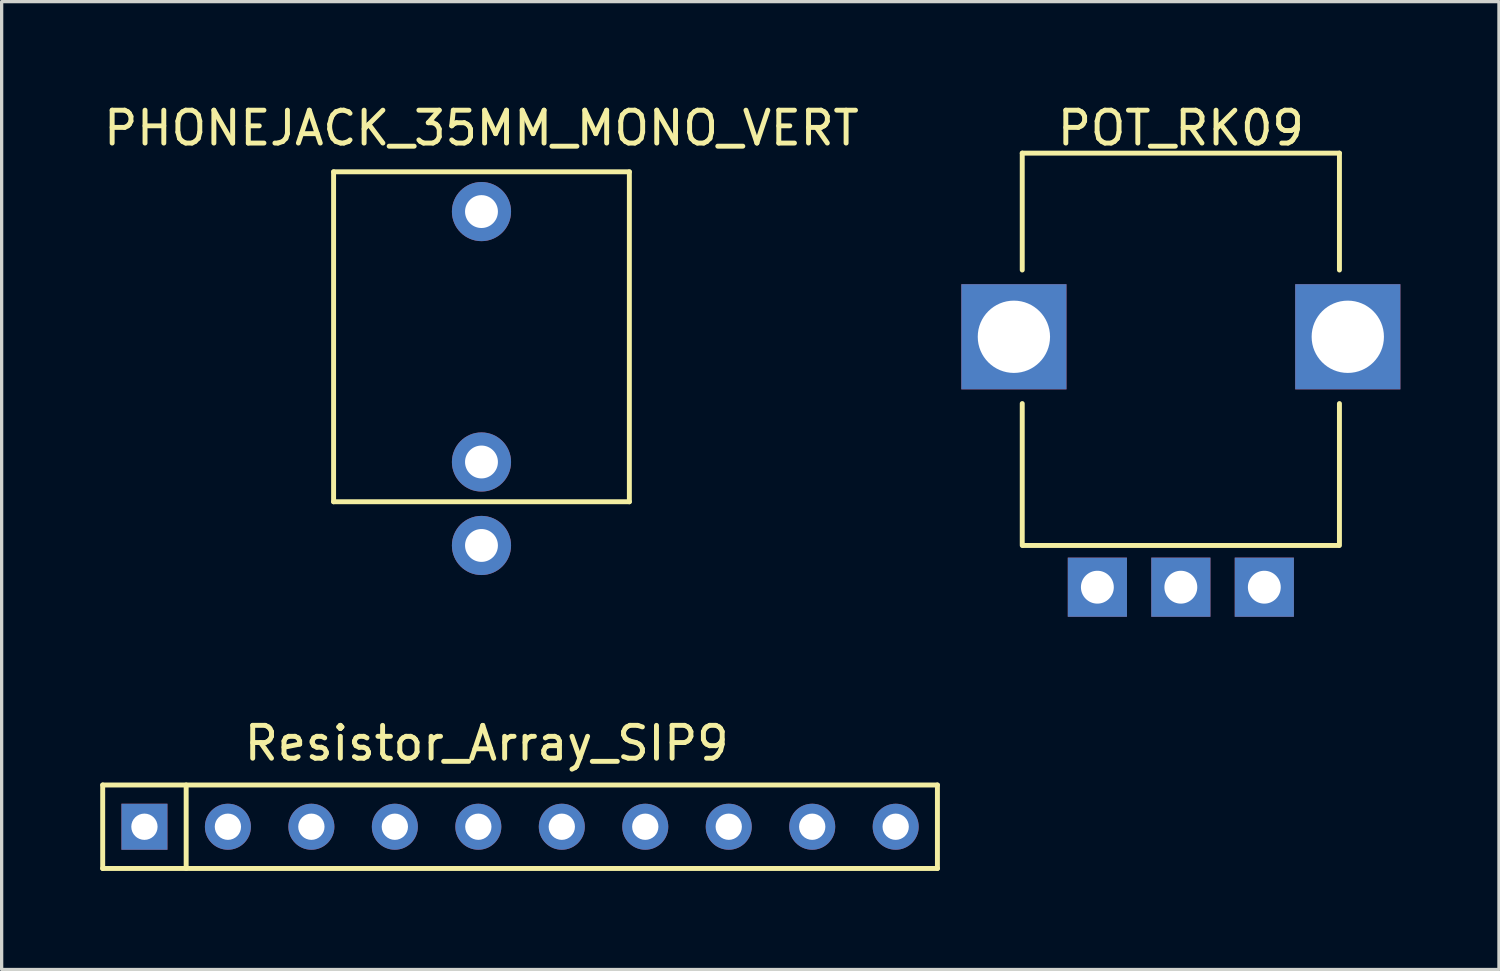
<source format=kicad_pcb>
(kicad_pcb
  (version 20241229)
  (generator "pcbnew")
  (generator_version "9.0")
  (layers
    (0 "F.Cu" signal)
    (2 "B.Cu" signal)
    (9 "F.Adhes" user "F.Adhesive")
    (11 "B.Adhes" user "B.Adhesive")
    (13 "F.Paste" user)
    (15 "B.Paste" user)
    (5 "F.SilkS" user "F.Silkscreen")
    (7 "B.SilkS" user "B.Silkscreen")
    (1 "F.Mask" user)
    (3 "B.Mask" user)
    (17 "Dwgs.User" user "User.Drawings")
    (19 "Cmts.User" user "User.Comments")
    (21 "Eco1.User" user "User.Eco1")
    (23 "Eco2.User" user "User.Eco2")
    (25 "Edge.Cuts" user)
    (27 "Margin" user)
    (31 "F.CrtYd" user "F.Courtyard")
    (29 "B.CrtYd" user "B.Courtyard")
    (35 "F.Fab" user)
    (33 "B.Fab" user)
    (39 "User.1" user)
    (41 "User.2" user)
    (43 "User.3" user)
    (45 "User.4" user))
  (footprint "PHONEJACK_35MM_MONO_VERT"
    (layer "F.Cu")
    (at 11.601 8.468)
    (property "Reference" "PHONEJACK_35MM_MONO_VERT" (at 0 -7.62 0) (layer "F.SilkS") (effects (font (size 1 1) (thickness 0.15))))
    (attr through_hole)
    (fp_line (start -4.5 -6.29) (end -4.5 3.75) (stroke (width 0.15) (type solid)) (layer "F.SilkS"))
    (fp_line (start -4.5 -6.29) (end 4.5 -6.29) (stroke (width 0.15) (type solid)) (layer "F.SilkS"))
    (fp_line (start -4.5 3.75) (end 4.5 3.75) (stroke (width 0.15) (type solid)) (layer "F.SilkS"))
    (fp_line (start 4.5 -6.29) (end 4.5 3.75) (stroke (width 0.15) (type solid)) (layer "F.SilkS"))
    (pad "1" thru_hole circle (at 0 -5.08 270) (size 1.8 1.8) (drill 1) (layers "*.Cu" "*.Mask"))
    (pad "2" thru_hole circle (at 0 2.54 270) (size 1.8 1.8) (drill 1) (layers "*.Cu" "*.Mask"))
    (pad "3" thru_hole circle (at 0 5.08 270) (size 1.8 1.8) (drill 1) (layers "*.Cu" "*.Mask")))
  (footprint "POT_RK09"
    (layer "F.Cu")
    (at 32.882 7.198)
    (property "Reference" "POT_RK09" (at 0 -6.35 0) (layer "F.SilkS") (effects (font (size 1 1) (thickness 0.15))))
    (attr through_hole)
    (fp_line (start -4.826 -5.588) (end -4.826 -2.032) (stroke (width 0.15) (type solid)) (layer "F.SilkS"))
    (fp_line (start -4.826 -5.588) (end 4.826 -5.588) (stroke (width 0.15) (type solid)) (layer "F.SilkS"))
    (fp_line (start -4.826 6.35) (end -4.826 2.032) (stroke (width 0.15) (type solid)) (layer "F.SilkS"))
    (fp_line (start -4.8 6.35) (end 4.8 6.35) (stroke (width 0.15) (type solid)) (layer "F.SilkS"))
    (fp_line (start 4.826 -5.588) (end 4.826 -2.032) (stroke (width 0.15) (type solid)) (layer "F.SilkS"))
    (fp_line (start 4.826 6.35) (end 4.826 2.032) (stroke (width 0.15) (type solid)) (layer "F.SilkS"))
    (pad "1" thru_hole rect (at -2.54 7.62 270) (size 1.8 1.8) (drill 1) (layers "*.Cu" "*.Mask"))
    (pad "2" thru_hole rect (at 0 7.62 270) (size 1.8 1.8) (drill 1) (layers "*.Cu" "*.Mask"))
    (pad "3" thru_hole rect (at 2.54 7.62 270) (size 1.8 1.8) (drill 1) (layers "*.Cu" "*.Mask"))
    (pad "4" thru_hole rect (at -5.08 0 270) (size 3.2 3.2) (drill 2.2) (layers "*.Cu" "*.Mask"))
    (pad "5" thru_hole rect (at 5.08 0 270) (size 3.2 3.2) (drill 2.2) (layers "*.Cu" "*.Mask")))
  (footprint "Resistor_Array_SIP9"
    (layer "F.Cu")
    (at 12.775 22.107)
    (property "Reference" "Resistor_Array_SIP9" (at -1.016 -2.54 0) (layer "F.SilkS") (effects (font (size 1 1) (thickness 0.15))))
    (attr through_hole)
    (fp_line (start -12.7 -1.27) (end 12.7 -1.27) (stroke (width 0.15) (type solid)) (layer "F.SilkS"))
    (fp_line (start -12.7 1.27) (end -12.7 -1.27) (stroke (width 0.15) (type solid)) (layer "F.SilkS"))
    (fp_line (start -10.16 1.27) (end -10.16 -1.27) (stroke (width 0.15) (type solid)) (layer "F.SilkS"))
    (fp_line (start 12.7 -1.27) (end 12.7 1.27) (stroke (width 0.15) (type solid)) (layer "F.SilkS"))
    (fp_line (start 12.7 1.27) (end -12.7 1.27) (stroke (width 0.15) (type solid)) (layer "F.SilkS"))
    (pad "1" thru_hole rect (at -11.43 0) (size 1.4 1.4) (drill 0.8) (layers "*.Cu" "*.Mask"))
    (pad "2" thru_hole circle (at -8.89 0) (size 1.4 1.4) (drill 0.8) (layers "*.Cu" "*.Mask"))
    (pad "3" thru_hole circle (at -6.35 0) (size 1.4 1.4) (drill 0.8) (layers "*.Cu" "*.Mask"))
    (pad "4" thru_hole circle (at -3.81 0) (size 1.4 1.4) (drill 0.8) (layers "*.Cu" "*.Mask"))
    (pad "5" thru_hole circle (at -1.27 0) (size 1.4 1.4) (drill 0.8) (layers "*.Cu" "*.Mask"))
    (pad "6" thru_hole circle (at 1.27 0) (size 1.4 1.4) (drill 0.8) (layers "*.Cu" "*.Mask"))
    (pad "7" thru_hole circle (at 3.81 0) (size 1.4 1.4) (drill 0.8) (layers "*.Cu" "*.Mask"))
    (pad "8" thru_hole circle (at 6.35 0) (size 1.4 1.4) (drill 0.8) (layers "*.Cu" "*.Mask"))
    (pad "9" thru_hole circle (at 8.89 0) (size 1.4 1.4) (drill 0.8) (layers "*.Cu" "*.Mask"))
    (pad "10" thru_hole circle (at 11.43 0) (size 1.4 1.4) (drill 0.8) (layers "*.Cu" "*.Mask")))
  (gr_rect
    (start -3 -3)
    (end 42.562 26.451)
    (stroke (width 0.1) (type default))
    (fill no)
    (layer "Edge.Cuts")))
</source>
